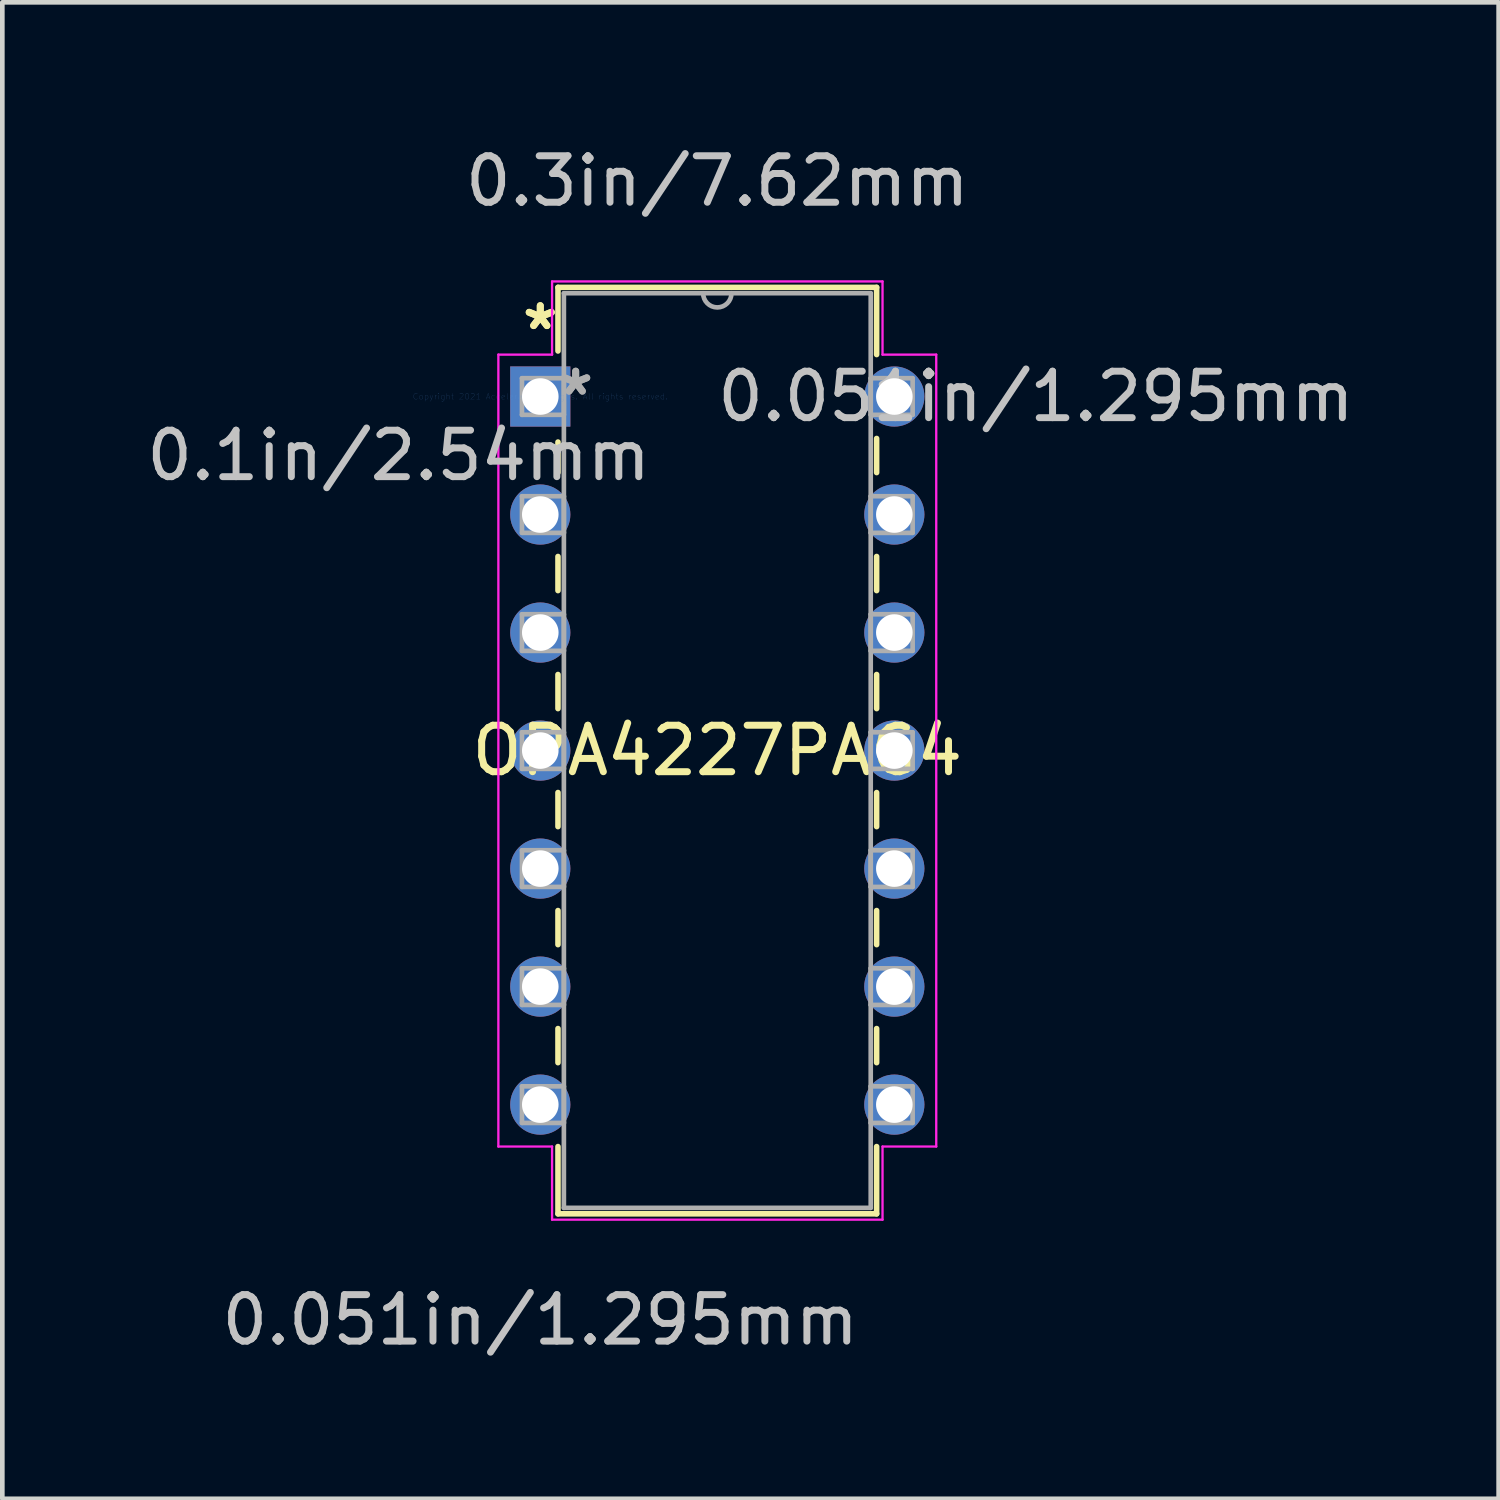
<source format=kicad_pcb>
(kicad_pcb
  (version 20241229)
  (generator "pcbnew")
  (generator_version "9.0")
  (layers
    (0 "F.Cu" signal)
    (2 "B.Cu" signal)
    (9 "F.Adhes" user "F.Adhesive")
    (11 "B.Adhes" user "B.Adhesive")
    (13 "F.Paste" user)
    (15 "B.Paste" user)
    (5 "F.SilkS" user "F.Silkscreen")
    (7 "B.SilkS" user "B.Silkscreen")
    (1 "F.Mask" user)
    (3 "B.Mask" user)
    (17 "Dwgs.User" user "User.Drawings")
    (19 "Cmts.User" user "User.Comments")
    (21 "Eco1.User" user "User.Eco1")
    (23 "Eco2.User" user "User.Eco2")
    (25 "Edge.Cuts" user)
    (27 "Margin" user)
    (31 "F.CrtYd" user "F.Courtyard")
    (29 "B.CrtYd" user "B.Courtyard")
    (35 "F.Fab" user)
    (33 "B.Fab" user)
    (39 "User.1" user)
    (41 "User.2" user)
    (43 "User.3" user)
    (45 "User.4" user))
  (footprint "OPA4227PAG4"
    (layer "F.Cu")
    (at 8.578 5.484)
    (property "Reference" "OPA4227PAG4" (at 3.81 7.62 0) (layer "F.SilkS") (effects (font (size 1 1) (thickness 0.15))))
    (attr through_hole)
    (fp_line (start 0.381 -2.349) (end 0.381 -0.98) (stroke (width 0.12) (type solid)) (layer "F.SilkS"))
    (fp_line (start 0.381 0.98) (end 0.381 1.637) (stroke (width 0.12) (type solid)) (layer "F.SilkS"))
    (fp_line (start 0.381 3.443) (end 0.381 4.177) (stroke (width 0.12) (type solid)) (layer "F.SilkS"))
    (fp_line (start 0.381 5.983) (end 0.381 6.717) (stroke (width 0.12) (type solid)) (layer "F.SilkS"))
    (fp_line (start 0.381 8.523) (end 0.381 9.257) (stroke (width 0.12) (type solid)) (layer "F.SilkS"))
    (fp_line (start 0.381 11.063) (end 0.381 11.797) (stroke (width 0.12) (type solid)) (layer "F.SilkS"))
    (fp_line (start 0.381 13.603) (end 0.381 14.337) (stroke (width 0.12) (type solid)) (layer "F.SilkS"))
    (fp_line (start 0.381 16.143) (end 0.381 17.59) (stroke (width 0.12) (type solid)) (layer "F.SilkS"))
    (fp_line (start 0.381 17.59) (end 7.239 17.59) (stroke (width 0.12) (type solid)) (layer "F.SilkS"))
    (fp_line (start 7.239 -2.349) (end 0.381 -2.349) (stroke (width 0.12) (type solid)) (layer "F.SilkS"))
    (fp_line (start 7.239 -0.903) (end 7.239 -2.349) (stroke (width 0.12) (type solid)) (layer "F.SilkS"))
    (fp_line (start 7.239 1.637) (end 7.239 0.903) (stroke (width 0.12) (type solid)) (layer "F.SilkS"))
    (fp_line (start 7.239 4.177) (end 7.239 3.443) (stroke (width 0.12) (type solid)) (layer "F.SilkS"))
    (fp_line (start 7.239 6.717) (end 7.239 5.983) (stroke (width 0.12) (type solid)) (layer "F.SilkS"))
    (fp_line (start 7.239 9.257) (end 7.239 8.523) (stroke (width 0.12) (type solid)) (layer "F.SilkS"))
    (fp_line (start 7.239 11.797) (end 7.239 11.063) (stroke (width 0.12) (type solid)) (layer "F.SilkS"))
    (fp_line (start 7.239 14.337) (end 7.239 13.603) (stroke (width 0.12) (type solid)) (layer "F.SilkS"))
    (fp_line (start 7.239 17.59) (end 7.239 16.143) (stroke (width 0.12) (type solid)) (layer "F.SilkS"))
    (fp_line (start -0.902 -0.902) (end -0.902 16.142) (stroke (width 0.05) (type solid)) (layer "F.CrtYd"))
    (fp_line (start -0.902 16.142) (end 0.254 16.142) (stroke (width 0.05) (type solid)) (layer "F.CrtYd"))
    (fp_line (start 0.254 -2.477) (end 0.254 -0.902) (stroke (width 0.05) (type solid)) (layer "F.CrtYd"))
    (fp_line (start 0.254 -0.902) (end -0.902 -0.902) (stroke (width 0.05) (type solid)) (layer "F.CrtYd"))
    (fp_line (start 0.254 16.142) (end 0.254 17.716) (stroke (width 0.05) (type solid)) (layer "F.CrtYd"))
    (fp_line (start 0.254 17.716) (end 7.366 17.716) (stroke (width 0.05) (type solid)) (layer "F.CrtYd"))
    (fp_line (start 7.366 -2.477) (end 0.254 -2.477) (stroke (width 0.05) (type solid)) (layer "F.CrtYd"))
    (fp_line (start 7.366 -0.902) (end 7.366 -2.477) (stroke (width 0.05) (type solid)) (layer "F.CrtYd"))
    (fp_line (start 7.366 16.142) (end 8.522 16.142) (stroke (width 0.05) (type solid)) (layer "F.CrtYd"))
    (fp_line (start 7.366 17.716) (end 7.366 16.142) (stroke (width 0.05) (type solid)) (layer "F.CrtYd"))
    (fp_line (start 8.522 -0.902) (end 7.366 -0.902) (stroke (width 0.05) (type solid)) (layer "F.CrtYd"))
    (fp_line (start 8.522 16.142) (end 8.522 -0.902) (stroke (width 0.05) (type solid)) (layer "F.CrtYd"))
    (fp_line (start -0.394 -0.394) (end -0.394 0.394) (stroke (width 0.1) (type solid)) (layer "F.Fab"))
    (fp_line (start -0.394 0.394) (end 0.508 0.394) (stroke (width 0.1) (type solid)) (layer "F.Fab"))
    (fp_line (start -0.394 2.146) (end -0.394 2.934) (stroke (width 0.1) (type solid)) (layer "F.Fab"))
    (fp_line (start -0.394 2.934) (end 0.508 2.934) (stroke (width 0.1) (type solid)) (layer "F.Fab"))
    (fp_line (start -0.394 4.686) (end -0.394 5.474) (stroke (width 0.1) (type solid)) (layer "F.Fab"))
    (fp_line (start -0.394 5.474) (end 0.508 5.474) (stroke (width 0.1) (type solid)) (layer "F.Fab"))
    (fp_line (start -0.394 7.226) (end -0.394 8.014) (stroke (width 0.1) (type solid)) (layer "F.Fab"))
    (fp_line (start -0.394 8.014) (end 0.508 8.014) (stroke (width 0.1) (type solid)) (layer "F.Fab"))
    (fp_line (start -0.394 9.766) (end -0.394 10.554) (stroke (width 0.1) (type solid)) (layer "F.Fab"))
    (fp_line (start -0.394 10.554) (end 0.508 10.554) (stroke (width 0.1) (type solid)) (layer "F.Fab"))
    (fp_line (start -0.394 12.306) (end -0.394 13.094) (stroke (width 0.1) (type solid)) (layer "F.Fab"))
    (fp_line (start -0.394 13.094) (end 0.508 13.094) (stroke (width 0.1) (type solid)) (layer "F.Fab"))
    (fp_line (start -0.394 14.846) (end -0.394 15.634) (stroke (width 0.1) (type solid)) (layer "F.Fab"))
    (fp_line (start -0.394 15.634) (end 0.508 15.634) (stroke (width 0.1) (type solid)) (layer "F.Fab"))
    (fp_line (start 0.508 -2.223) (end 0.508 17.462) (stroke (width 0.1) (type solid)) (layer "F.Fab"))
    (fp_line (start 0.508 -0.394) (end -0.394 -0.394) (stroke (width 0.1) (type solid)) (layer "F.Fab"))
    (fp_line (start 0.508 0.394) (end 0.508 -0.394) (stroke (width 0.1) (type solid)) (layer "F.Fab"))
    (fp_line (start 0.508 2.146) (end -0.394 2.146) (stroke (width 0.1) (type solid)) (layer "F.Fab"))
    (fp_line (start 0.508 2.934) (end 0.508 2.146) (stroke (width 0.1) (type solid)) (layer "F.Fab"))
    (fp_line (start 0.508 4.686) (end -0.394 4.686) (stroke (width 0.1) (type solid)) (layer "F.Fab"))
    (fp_line (start 0.508 5.474) (end 0.508 4.686) (stroke (width 0.1) (type solid)) (layer "F.Fab"))
    (fp_line (start 0.508 7.226) (end -0.394 7.226) (stroke (width 0.1) (type solid)) (layer "F.Fab"))
    (fp_line (start 0.508 8.014) (end 0.508 7.226) (stroke (width 0.1) (type solid)) (layer "F.Fab"))
    (fp_line (start 0.508 9.766) (end -0.394 9.766) (stroke (width 0.1) (type solid)) (layer "F.Fab"))
    (fp_line (start 0.508 10.554) (end 0.508 9.766) (stroke (width 0.1) (type solid)) (layer "F.Fab"))
    (fp_line (start 0.508 12.306) (end -0.394 12.306) (stroke (width 0.1) (type solid)) (layer "F.Fab"))
    (fp_line (start 0.508 13.094) (end 0.508 12.306) (stroke (width 0.1) (type solid)) (layer "F.Fab"))
    (fp_line (start 0.508 14.846) (end -0.394 14.846) (stroke (width 0.1) (type solid)) (layer "F.Fab"))
    (fp_line (start 0.508 15.634) (end 0.508 14.846) (stroke (width 0.1) (type solid)) (layer "F.Fab"))
    (fp_line (start 0.508 17.462) (end 7.112 17.462) (stroke (width 0.1) (type solid)) (layer "F.Fab"))
    (fp_line (start 7.112 -2.223) (end 0.508 -2.223) (stroke (width 0.1) (type solid)) (layer "F.Fab"))
    (fp_line (start 7.112 -0.394) (end 7.112 0.394) (stroke (width 0.1) (type solid)) (layer "F.Fab"))
    (fp_line (start 7.112 0.394) (end 8.014 0.394) (stroke (width 0.1) (type solid)) (layer "F.Fab"))
    (fp_line (start 7.112 2.146) (end 7.112 2.934) (stroke (width 0.1) (type solid)) (layer "F.Fab"))
    (fp_line (start 7.112 2.934) (end 8.014 2.934) (stroke (width 0.1) (type solid)) (layer "F.Fab"))
    (fp_line (start 7.112 4.686) (end 7.112 5.474) (stroke (width 0.1) (type solid)) (layer "F.Fab"))
    (fp_line (start 7.112 5.474) (end 8.014 5.474) (stroke (width 0.1) (type solid)) (layer "F.Fab"))
    (fp_line (start 7.112 7.226) (end 7.112 8.014) (stroke (width 0.1) (type solid)) (layer "F.Fab"))
    (fp_line (start 7.112 8.014) (end 8.014 8.014) (stroke (width 0.1) (type solid)) (layer "F.Fab"))
    (fp_line (start 7.112 9.766) (end 7.112 10.554) (stroke (width 0.1) (type solid)) (layer "F.Fab"))
    (fp_line (start 7.112 10.554) (end 8.014 10.554) (stroke (width 0.1) (type solid)) (layer "F.Fab"))
    (fp_line (start 7.112 12.306) (end 7.112 13.094) (stroke (width 0.1) (type solid)) (layer "F.Fab"))
    (fp_line (start 7.112 13.094) (end 8.014 13.094) (stroke (width 0.1) (type solid)) (layer "F.Fab"))
    (fp_line (start 7.112 14.846) (end 7.112 15.634) (stroke (width 0.1) (type solid)) (layer "F.Fab"))
    (fp_line (start 7.112 15.634) (end 8.014 15.634) (stroke (width 0.1) (type solid)) (layer "F.Fab"))
    (fp_line (start 7.112 17.462) (end 7.112 -2.223) (stroke (width 0.1) (type solid)) (layer "F.Fab"))
    (fp_line (start 8.014 -0.394) (end 7.112 -0.394) (stroke (width 0.1) (type solid)) (layer "F.Fab"))
    (fp_line (start 8.014 0.394) (end 8.014 -0.394) (stroke (width 0.1) (type solid)) (layer "F.Fab"))
    (fp_line (start 8.014 2.146) (end 7.112 2.146) (stroke (width 0.1) (type solid)) (layer "F.Fab"))
    (fp_line (start 8.014 2.934) (end 8.014 2.146) (stroke (width 0.1) (type solid)) (layer "F.Fab"))
    (fp_line (start 8.014 4.686) (end 7.112 4.686) (stroke (width 0.1) (type solid)) (layer "F.Fab"))
    (fp_line (start 8.014 5.474) (end 8.014 4.686) (stroke (width 0.1) (type solid)) (layer "F.Fab"))
    (fp_line (start 8.014 7.226) (end 7.112 7.226) (stroke (width 0.1) (type solid)) (layer "F.Fab"))
    (fp_line (start 8.014 8.014) (end 8.014 7.226) (stroke (width 0.1) (type solid)) (layer "F.Fab"))
    (fp_line (start 8.014 9.766) (end 7.112 9.766) (stroke (width 0.1) (type solid)) (layer "F.Fab"))
    (fp_line (start 8.014 10.554) (end 8.014 9.766) (stroke (width 0.1) (type solid)) (layer "F.Fab"))
    (fp_line (start 8.014 12.306) (end 7.112 12.306) (stroke (width 0.1) (type solid)) (layer "F.Fab"))
    (fp_line (start 8.014 13.094) (end 8.014 12.306) (stroke (width 0.1) (type solid)) (layer "F.Fab"))
    (fp_line (start 8.014 14.846) (end 7.112 14.846) (stroke (width 0.1) (type solid)) (layer "F.Fab"))
    (fp_line (start 8.014 15.634) (end 8.014 14.846) (stroke (width 0.1) (type solid)) (layer "F.Fab"))
    (fp_arc (start 4.1148 -2.2225) (mid 3.81 -1.9177) (end 3.5052 -2.2225) (stroke (width 0.1) (type solid)) (layer "F.Fab"))
    (fp_text user "*" (at 0 -1.41 0) (layer "F.SilkS") (effects (font (size 1 1) (thickness 0.15))))
    (fp_text user "*" (at 0 -1.41 0) (layer "F.SilkS") (effects (font (size 1 1) (thickness 0.15))))
    (fp_text user "0.3in/7.62mm" (at 3.81 -4.636 0) (layer "Dwgs.User") (effects (font (size 1 1) (thickness 0.15))))
    (fp_text user "0.1in/2.54mm" (at -3.048 1.27 0) (layer "Dwgs.User") (effects (font (size 1 1) (thickness 0.15))))
    (fp_text user "0.051in/1.295mm" (at 0 19.875 0) (layer "Dwgs.User") (effects (font (size 1 1) (thickness 0.15))))
    (fp_text user "0.051in/1.295mm" (at 10.668 0 0) (layer "Dwgs.User") (effects (font (size 1 1) (thickness 0.15))))
    (fp_text user "Copyright 2021 Accelerated Designs. All rights reserved." (at 0 0 0) (layer "Cmts.User") (effects (font (size 0.127 0.127) (thickness 0.002))))
    (fp_text user "*" (at 0.762 0 0) (layer "F.Fab") (effects (font (size 1 1) (thickness 0.15))))
    (fp_text user "*" (at 0.762 0 0) (layer "F.Fab") (effects (font (size 1 1) (thickness 0.15))))
    (pad "1" thru_hole rect (at 0 0) (size 1.295 1.295) (drill 0.787) (layers "*.Cu" "*.Mask"))
    (pad "2" thru_hole circle (at 0 2.54) (size 1.295 1.295) (drill 0.787) (layers "*.Cu" "*.Mask"))
    (pad "3" thru_hole circle (at 0 5.08) (size 1.295 1.295) (drill 0.787) (layers "*.Cu" "*.Mask"))
    (pad "4" thru_hole circle (at 0 7.62) (size 1.295 1.295) (drill 0.787) (layers "*.Cu" "*.Mask"))
    (pad "5" thru_hole circle (at 0 10.16) (size 1.295 1.295) (drill 0.787) (layers "*.Cu" "*.Mask"))
    (pad "6" thru_hole circle (at 0 12.7) (size 1.295 1.295) (drill 0.787) (layers "*.Cu" "*.Mask"))
    (pad "7" thru_hole circle (at 0 15.24) (size 1.295 1.295) (drill 0.787) (layers "*.Cu" "*.Mask"))
    (pad "8" thru_hole circle (at 7.62 15.24) (size 1.295 1.295) (drill 0.787) (layers "*.Cu" "*.Mask"))
    (pad "9" thru_hole circle (at 7.62 12.7) (size 1.295 1.295) (drill 0.787) (layers "*.Cu" "*.Mask"))
    (pad "10" thru_hole circle (at 7.62 10.16) (size 1.295 1.295) (drill 0.787) (layers "*.Cu" "*.Mask"))
    (pad "11" thru_hole circle (at 7.62 7.62) (size 1.295 1.295) (drill 0.787) (layers "*.Cu" "*.Mask"))
    (pad "12" thru_hole circle (at 7.62 5.08) (size 1.295 1.295) (drill 0.787) (layers "*.Cu" "*.Mask"))
    (pad "13" thru_hole circle (at 7.62 2.54) (size 1.295 1.295) (drill 0.787) (layers "*.Cu" "*.Mask"))
    (pad "14" thru_hole circle (at 7.62 0) (size 1.295 1.295) (drill 0.787) (layers "*.Cu" "*.Mask")))
  (gr_rect
    (start -3 -3)
    (end 29.204 29.207)
    (stroke (width 0.1) (type default))
    (fill no)
    (layer "Edge.Cuts")))
</source>
